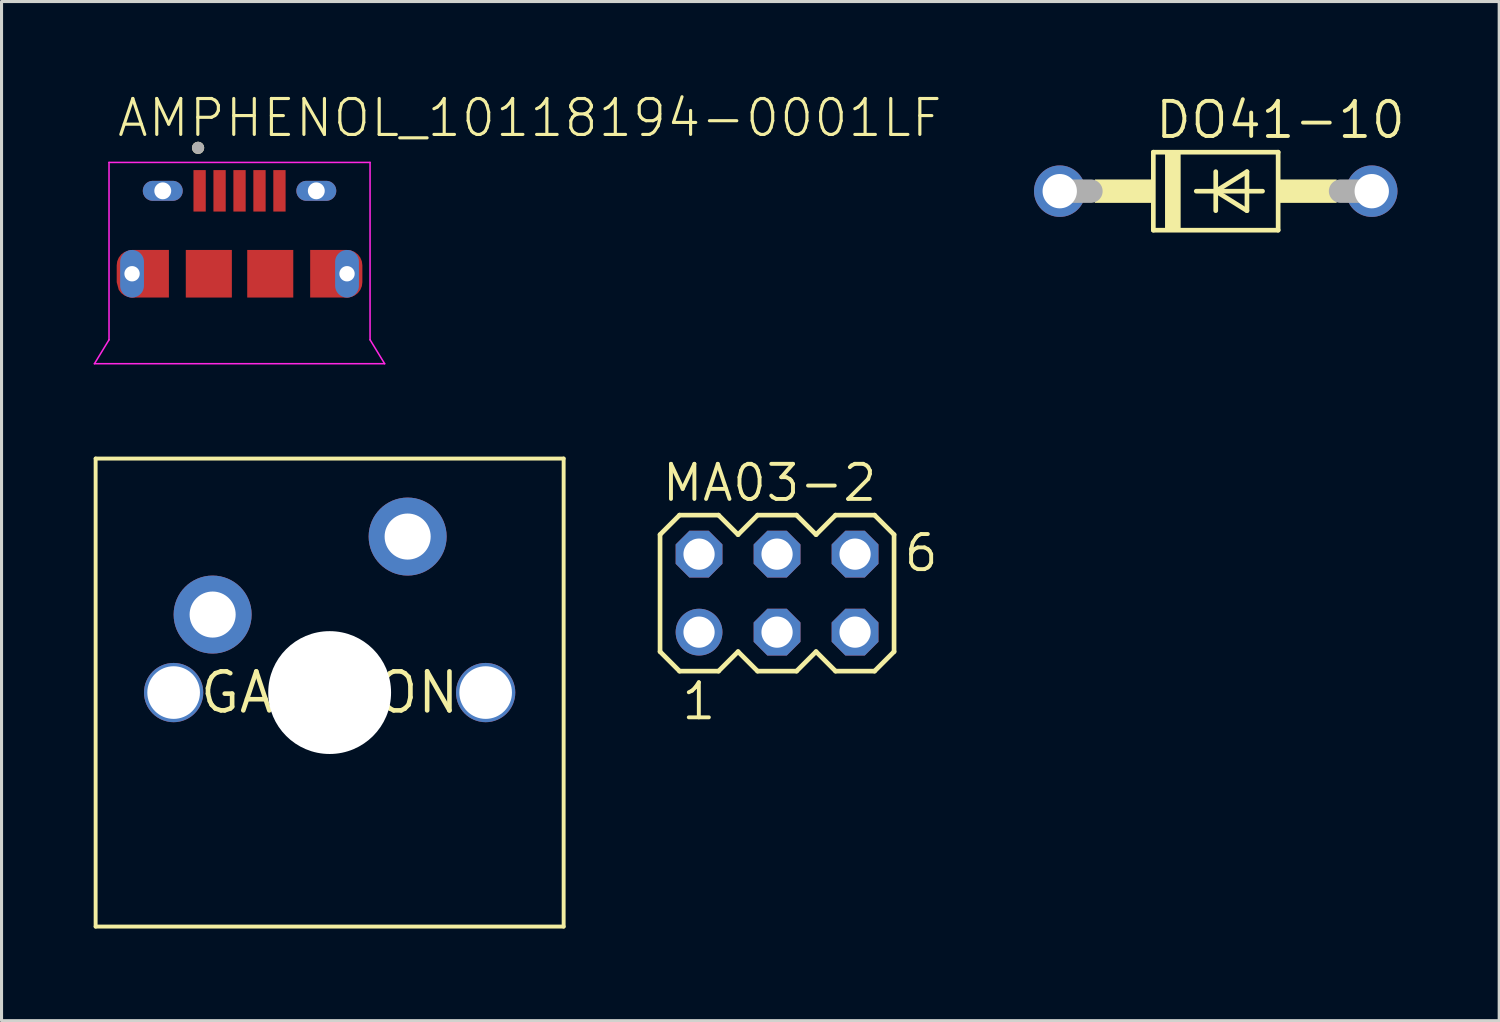
<source format=kicad_pcb>
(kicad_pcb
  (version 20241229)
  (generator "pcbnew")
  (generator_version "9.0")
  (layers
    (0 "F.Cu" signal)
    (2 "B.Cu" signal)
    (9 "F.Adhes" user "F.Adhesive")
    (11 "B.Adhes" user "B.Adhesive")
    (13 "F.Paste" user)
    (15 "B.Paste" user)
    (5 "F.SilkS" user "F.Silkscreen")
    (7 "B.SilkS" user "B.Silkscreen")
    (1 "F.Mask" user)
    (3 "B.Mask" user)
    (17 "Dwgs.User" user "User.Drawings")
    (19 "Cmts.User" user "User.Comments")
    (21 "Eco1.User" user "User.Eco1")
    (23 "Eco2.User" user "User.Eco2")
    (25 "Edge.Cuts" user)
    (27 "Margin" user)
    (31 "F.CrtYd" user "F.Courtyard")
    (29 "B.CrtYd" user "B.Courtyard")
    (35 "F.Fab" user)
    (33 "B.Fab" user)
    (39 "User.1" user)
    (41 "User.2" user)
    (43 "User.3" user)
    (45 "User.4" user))
  (footprint "GATERON"
    (layer "F.Cu")
    (at 7.684 19.502)
    (property "Reference" "GATERON" (at 0 0 0) (layer "F.SilkS") (effects (font (size 1.27 1.27) (thickness 0.15))))
    (fp_line (start -7.62 -7.62) (end 7.62 -7.62) (stroke (width 0.127) (type solid)) (layer "F.SilkS"))
    (fp_line (start -7.62 7.62) (end -7.62 -7.62) (stroke (width 0.127) (type solid)) (layer "F.SilkS"))
    (fp_line (start 7.62 -7.62) (end 7.62 7.62) (stroke (width 0.127) (type solid)) (layer "F.SilkS"))
    (fp_line (start 7.62 7.62) (end -7.62 7.62) (stroke (width 0.127) (type solid)) (layer "F.SilkS"))
    (pad "" np_thru_hole circle (at 0 0) (size 4 4) (drill 4) (layers "*.Cu" "*.Mask"))
    (pad "P$3" thru_hole circle (at -5.08 0) (size 1.93 1.93) (drill 1.714) (layers "*.Cu" "*.Mask"))
    (pad "P$4" thru_hole circle (at 5.08 0) (size 1.93 1.93) (drill 1.714) (layers "*.Cu" "*.Mask"))
    (pad "SW1" thru_hole circle (at -3.81 -2.54) (size 2.54 2.54) (drill 1.5) (layers "*.Cu" "*.Mask"))
    (pad "SW2" thru_hole circle (at 2.54 -5.08) (size 2.54 2.54) (drill 1.5) (layers "*.Cu" "*.Mask")))
  (footprint "MA03-2"
    (layer "F.Cu")
    (at 22.253 16.264)
    (property "Reference" "MA03-2" (at -3.81 -2.921 0) (layer "F.SilkS") (effects (font (size 1.143 1.143) (thickness 0.127)) (justify left bottom)))
    (fp_line (start -3.81 -1.905) (end -3.81 1.905) (stroke (width 0.152) (type solid)) (layer "F.SilkS"))
    (fp_line (start -3.81 1.905) (end -3.175 2.54) (stroke (width 0.152) (type solid)) (layer "F.SilkS"))
    (fp_line (start -3.175 -2.54) (end -3.81 -1.905) (stroke (width 0.152) (type solid)) (layer "F.SilkS"))
    (fp_line (start -3.175 -2.54) (end -1.905 -2.54) (stroke (width 0.152) (type solid)) (layer "F.SilkS"))
    (fp_line (start -1.905 -2.54) (end -1.27 -1.905) (stroke (width 0.152) (type solid)) (layer "F.SilkS"))
    (fp_line (start -1.905 2.54) (end -3.175 2.54) (stroke (width 0.152) (type solid)) (layer "F.SilkS"))
    (fp_line (start -1.27 -1.905) (end -0.635 -2.54) (stroke (width 0.152) (type solid)) (layer "F.SilkS"))
    (fp_line (start -1.27 1.905) (end -1.905 2.54) (stroke (width 0.152) (type solid)) (layer "F.SilkS"))
    (fp_line (start -0.635 -2.54) (end 0.635 -2.54) (stroke (width 0.152) (type solid)) (layer "F.SilkS"))
    (fp_line (start -0.635 2.54) (end -1.27 1.905) (stroke (width 0.152) (type solid)) (layer "F.SilkS"))
    (fp_line (start 0.635 -2.54) (end 1.27 -1.905) (stroke (width 0.152) (type solid)) (layer "F.SilkS"))
    (fp_line (start 0.635 2.54) (end -0.635 2.54) (stroke (width 0.152) (type solid)) (layer "F.SilkS"))
    (fp_line (start 1.27 -1.905) (end 1.905 -2.54) (stroke (width 0.152) (type solid)) (layer "F.SilkS"))
    (fp_line (start 1.27 1.905) (end 0.635 2.54) (stroke (width 0.152) (type solid)) (layer "F.SilkS"))
    (fp_line (start 1.905 -2.54) (end 3.175 -2.54) (stroke (width 0.152) (type solid)) (layer "F.SilkS"))
    (fp_line (start 1.905 2.54) (end 1.27 1.905) (stroke (width 0.152) (type solid)) (layer "F.SilkS"))
    (fp_line (start 3.175 -2.54) (end 3.81 -1.905) (stroke (width 0.152) (type solid)) (layer "F.SilkS"))
    (fp_line (start 3.175 2.54) (end 1.905 2.54) (stroke (width 0.152) (type solid)) (layer "F.SilkS"))
    (fp_line (start 3.81 -1.905) (end 3.81 1.905) (stroke (width 0.152) (type solid)) (layer "F.SilkS"))
    (fp_line (start 3.81 1.905) (end 3.175 2.54) (stroke (width 0.152) (type solid)) (layer "F.SilkS"))
    (fp_poly (pts (xy -2.794 -1.016) (xy -2.286 -1.016) (xy -2.286 -1.524) (xy -2.794 -1.524)) (stroke (width 0.1) (type default)) (fill no) (layer "F.Fab"))
    (fp_poly (pts (xy -2.794 1.524) (xy -2.286 1.524) (xy -2.286 1.016) (xy -2.794 1.016)) (stroke (width 0.1) (type default)) (fill no) (layer "F.Fab"))
    (fp_poly (pts (xy -0.254 -1.016) (xy 0.254 -1.016) (xy 0.254 -1.524) (xy -0.254 -1.524)) (stroke (width 0.1) (type default)) (fill no) (layer "F.Fab"))
    (fp_poly (pts (xy -0.254 1.524) (xy 0.254 1.524) (xy 0.254 1.016) (xy -0.254 1.016)) (stroke (width 0.1) (type default)) (fill no) (layer "F.Fab"))
    (fp_poly (pts (xy 2.286 -1.016) (xy 2.794 -1.016) (xy 2.794 -1.524) (xy 2.286 -1.524)) (stroke (width 0.1) (type default)) (fill no) (layer "F.Fab"))
    (fp_poly (pts (xy 2.286 1.524) (xy 2.794 1.524) (xy 2.794 1.016) (xy 2.286 1.016)) (stroke (width 0.1) (type default)) (fill no) (layer "F.Fab"))
    (fp_text user "6" (at 4.064 -0.635 0) (layer "F.SilkS") (effects (font (size 1.143 1.143) (thickness 0.127)) (justify left bottom)))
    (fp_text user "1" (at -3.175 4.191 0) (layer "F.SilkS") (effects (font (size 1.143 1.143) (thickness 0.127)) (justify left bottom)))
    (pad "1" thru_hole circle (at -2.54 1.27) (size 1.524 1.524) (drill 1.016) (layers "*.Cu" "*.Mask"))
    (pad "2" thru_hole roundrect (at -2.54 -1.27) (size 1.524 1.524) (drill 1.016) (layers "*.Cu" "*.Mask") (roundrect_rratio 0.25) (chamfer_ratio 0.293) (chamfer top_left top_right bottom_left bottom_right))
    (pad "3" thru_hole roundrect (at 0 1.27) (size 1.524 1.524) (drill 1.016) (layers "*.Cu" "*.Mask") (roundrect_rratio 0.25) (chamfer_ratio 0.293) (chamfer top_left top_right bottom_left bottom_right))
    (pad "4" thru_hole roundrect (at 0 -1.27) (size 1.524 1.524) (drill 1.016) (layers "*.Cu" "*.Mask") (roundrect_rratio 0.25) (chamfer_ratio 0.293) (chamfer top_left top_right bottom_left bottom_right))
    (pad "5" thru_hole roundrect (at 2.54 1.27) (size 1.524 1.524) (drill 1.016) (layers "*.Cu" "*.Mask") (roundrect_rratio 0.25) (chamfer_ratio 0.293) (chamfer top_left top_right bottom_left bottom_right))
    (pad "6" thru_hole roundrect (at 2.54 -1.27) (size 1.524 1.524) (drill 1.016) (layers "*.Cu" "*.Mask") (roundrect_rratio 0.25) (chamfer_ratio 0.293) (chamfer top_left top_right bottom_left bottom_right)))
  (footprint "AMPHENOL_10118194-0001LF"
    (layer "F.Cu")
    (at 4.75 5.864)
    (property "Reference" "AMPHENOL_10118194-0001LF" (at -4.044 -4.389 0) (layer "F.SilkS") (effects (font (size 1.17 1.17) (thickness 0.102)) (justify left bottom)))
    (fp_line (start -3.5 -0.77) (end -3.5 -0.6) (stroke (width 0.0001) (type solid)) (layer "F.Cu"))
    (fp_line (start 3.5 0.77) (end 3.5 0.6) (stroke (width 0.0001) (type solid)) (layer "F.Cu"))
    (fp_poly (pts (xy -2.3 0.775) (xy -3.5 0.775) (xy -3.5 0.575) (xy -3.323 0.502) (xy -3.269 0.421) (xy -3.25 0.325) (xy -3.25 -0.325) (xy -3.323 -0.502) (xy -3.404 -0.556) (xy -3.5 -0.575) (xy -3.5 -0.775) (xy -2.3 -0.775)) (stroke (width 0) (type default)) (fill yes) (layer "F.Cu"))
    (fp_poly (pts (xy 3.5 -0.575) (xy 3.323 -0.502) (xy 3.269 -0.421) (xy 3.25 -0.325) (xy 3.25 0.325) (xy 3.323 0.502) (xy 3.404 0.556) (xy 3.5 0.575) (xy 3.5 0.775) (xy 2.3 0.775) (xy 2.3 -0.775) (xy 3.5 -0.775)) (stroke (width 0) (type default)) (fill yes) (layer "F.Cu"))
    (fp_poly (pts (xy -3.5 -0.575) (xy -3.596 -0.556) (xy -3.677 -0.502) (xy -3.75 -0.325) (xy -3.75 0.325) (xy -3.731 0.421) (xy -3.677 0.502) (xy -3.5 0.575) (xy -3.5 0.775) (xy -3.629 0.758) (xy -3.75 0.708) (xy -3.854 0.629) (xy -3.933 0.525) (xy -4 0.275) (xy -4 -0.275) (xy -3.983 -0.404) (xy -3.933 -0.525) (xy -3.854 -0.629) (xy -3.75 -0.708) (xy -3.5 -0.775)) (stroke (width 0) (type default)) (fill yes) (layer "F.Cu"))
    (fp_poly (pts (xy 3.629 -0.758) (xy 3.75 -0.708) (xy 3.854 -0.629) (xy 3.933 -0.525) (xy 3.983 -0.404) (xy 4 -0.275) (xy 4 0.275) (xy 3.983 0.404) (xy 3.933 0.525) (xy 3.854 0.629) (xy 3.75 0.708) (xy 3.629 0.758) (xy 3.5 0.775) (xy 3.5 0.575) (xy 3.596 0.556) (xy 3.677 0.502) (xy 3.75 0.325) (xy 3.75 -0.325) (xy 3.731 -0.421) (xy 3.677 -0.502) (xy 3.5 -0.575) (xy 3.5 -0.775)) (stroke (width 0) (type default)) (fill yes) (layer "F.Cu"))
    (fp_poly (pts (xy -2.2 0.875) (xy -3.6 0.875) (xy -3.729 0.858) (xy -3.85 0.808) (xy -3.954 0.729) (xy -4.033 0.625) (xy -4.1 0.375) (xy -4.1 -0.375) (xy -4.083 -0.504) (xy -4.033 -0.625) (xy -3.954 -0.729) (xy -3.85 -0.808) (xy -3.6 -0.875) (xy -2.2 -0.875)) (stroke (width 0) (type default)) (fill yes) (layer "F.Mask"))
    (fp_poly (pts (xy 3.729 -0.858) (xy 3.85 -0.808) (xy 3.954 -0.729) (xy 4.033 -0.625) (xy 4.083 -0.504) (xy 4.1 -0.375) (xy 4.1 0.375) (xy 4.083 0.504) (xy 4.033 0.625) (xy 3.954 0.729) (xy 3.85 0.808) (xy 3.729 0.858) (xy 3.6 0.875) (xy 2.2 0.875) (xy 2.2 -0.875) (xy 3.6 -0.875)) (stroke (width 0) (type default)) (fill yes) (layer "F.Mask"))
    (fp_circle (center -1.35 -4.1) (end -1.25 -4.1) (stroke (width 0.2) (type solid)) (fill no) (layer "F.SilkS"))
    (fp_line (start -3.5 -0.77) (end -3.5 -0.6) (stroke (width 0.0001) (type solid)) (layer "F.Paste"))
    (fp_line (start 3.5 0.77) (end 3.5 0.6) (stroke (width 0.0001) (type solid)) (layer "F.Paste"))
    (fp_poly (pts (xy -2.3 0.775) (xy -3.5 0.775) (xy -3.5 0.575) (xy -3.323 0.502) (xy -3.269 0.421) (xy -3.25 0.325) (xy -3.25 -0.325) (xy -3.323 -0.502) (xy -3.404 -0.556) (xy -3.5 -0.575) (xy -3.5 -0.775) (xy -2.3 -0.775)) (stroke (width 0) (type default)) (fill yes) (layer "F.Paste"))
    (fp_poly (pts (xy 3.5 -0.575) (xy 3.323 -0.502) (xy 3.269 -0.421) (xy 3.25 -0.325) (xy 3.25 0.325) (xy 3.323 0.502) (xy 3.404 0.556) (xy 3.5 0.575) (xy 3.5 0.775) (xy 2.3 0.775) (xy 2.3 -0.775) (xy 3.5 -0.775)) (stroke (width 0) (type default)) (fill yes) (layer "F.Paste"))
    (fp_poly (pts (xy -3.5 -0.575) (xy -3.596 -0.556) (xy -3.677 -0.502) (xy -3.75 -0.325) (xy -3.75 0.325) (xy -3.731 0.421) (xy -3.677 0.502) (xy -3.5 0.575) (xy -3.5 0.775) (xy -3.629 0.758) (xy -3.75 0.708) (xy -3.854 0.629) (xy -3.933 0.525) (xy -4 0.275) (xy -4 -0.275) (xy -3.983 -0.404) (xy -3.933 -0.525) (xy -3.854 -0.629) (xy -3.75 -0.708) (xy -3.5 -0.775)) (stroke (width 0) (type default)) (fill yes) (layer "F.Paste"))
    (fp_poly (pts (xy 3.629 -0.758) (xy 3.75 -0.708) (xy 3.854 -0.629) (xy 3.933 -0.525) (xy 3.983 -0.404) (xy 4 -0.275) (xy 4 0.275) (xy 3.983 0.404) (xy 3.933 0.525) (xy 3.854 0.629) (xy 3.75 0.708) (xy 3.629 0.758) (xy 3.5 0.775) (xy 3.5 0.575) (xy 3.596 0.556) (xy 3.677 0.502) (xy 3.75 0.325) (xy 3.75 -0.325) (xy 3.731 -0.421) (xy 3.677 -0.502) (xy 3.5 -0.575) (xy 3.5 -0.775)) (stroke (width 0) (type default)) (fill yes) (layer "F.Paste"))
    (fp_line (start -4.725 2.93) (end -4.25 2.15) (stroke (width 0.05) (type solid)) (layer "F.CrtYd"))
    (fp_line (start -4.25 -3.625) (end 4.25 -3.625) (stroke (width 0.05) (type solid)) (layer "F.CrtYd"))
    (fp_line (start -4.25 2.15) (end -4.25 -3.625) (stroke (width 0.05) (type solid)) (layer "F.CrtYd"))
    (fp_line (start 4.25 2.15) (end 4.25 -3.625) (stroke (width 0.05) (type solid)) (layer "F.CrtYd"))
    (fp_line (start 4.725 2.93) (end -4.725 2.93) (stroke (width 0.05) (type solid)) (layer "F.CrtYd"))
    (fp_line (start 4.725 2.93) (end 4.25 2.15) (stroke (width 0.05) (type solid)) (layer "F.CrtYd"))
    (fp_circle (center -1.35 -4.1) (end -1.25 -4.1) (stroke (width 0.2) (type solid)) (fill no) (layer "F.Fab"))
    (pad "1" smd rect (at -1.3 -2.7) (size 0.4 1.35) (layers "F.Cu" "F.Mask" "F.Paste"))
    (pad "2" smd rect (at -0.65 -2.7) (size 0.4 1.35) (layers "F.Cu" "F.Mask" "F.Paste"))
    (pad "3" smd rect (at 0 -2.7) (size 0.4 1.35) (layers "F.Cu" "F.Mask" "F.Paste"))
    (pad "4" smd rect (at 0.65 -2.7) (size 0.4 1.35) (layers "F.Cu" "F.Mask" "F.Paste"))
    (pad "5" smd rect (at 1.3 -2.7) (size 0.4 1.35) (layers "F.Cu" "F.Mask" "F.Paste"))
    (pad "S1" thru_hole oval (at -2.5 -2.7) (size 1.3 0.65) (drill 0.55) (layers "*.Cu" "*.Mask"))
    (pad "S2" thru_hole oval (at 2.5 -2.7) (size 1.3 0.65) (drill 0.55) (layers "*.Cu" "*.Mask"))
    (pad "S3" thru_hole oval (at -3.5 0 90) (size 1.55 0.775) (drill 0.5) (layers "*.Cu" "*.Mask"))
    (pad "S4" smd rect (at -1 0) (size 1.5 1.55) (layers "F.Cu" "F.Mask" "F.Paste"))
    (pad "S5" smd rect (at 1 0) (size 1.5 1.55) (layers "F.Cu" "F.Mask" "F.Paste"))
    (pad "S6" thru_hole oval (at 3.5 0 270) (size 1.55 0.775) (drill 0.5) (layers "*.Cu" "*.Mask")))
  (footprint "DO41-10"
    (layer "F.Cu")
    (at 36.538 3.175)
    (property "Reference" "DO41-10" (at -2.032 -1.651 0) (layer "F.SilkS") (effects (font (size 1.143 1.143) (thickness 0.127)) (justify left bottom)))
    (fp_line (start -2.032 -1.27) (end -2.032 1.27) (stroke (width 0.152) (type solid)) (layer "F.SilkS"))
    (fp_line (start -2.032 -1.27) (end 2.032 -1.27) (stroke (width 0.152) (type solid)) (layer "F.SilkS"))
    (fp_line (start -0.635 0) (end 0 0) (stroke (width 0.152) (type solid)) (layer "F.SilkS"))
    (fp_line (start 0 -0.635) (end 0 0) (stroke (width 0.152) (type solid)) (layer "F.SilkS"))
    (fp_line (start 0 0) (end 0 0.635) (stroke (width 0.152) (type solid)) (layer "F.SilkS"))
    (fp_line (start 0 0) (end 1.016 -0.635) (stroke (width 0.152) (type solid)) (layer "F.SilkS"))
    (fp_line (start 0 0) (end 1.524 0) (stroke (width 0.152) (type solid)) (layer "F.SilkS"))
    (fp_line (start 1.016 -0.635) (end 1.016 0.635) (stroke (width 0.152) (type solid)) (layer "F.SilkS"))
    (fp_line (start 1.016 0.635) (end 0 0) (stroke (width 0.152) (type solid)) (layer "F.SilkS"))
    (fp_line (start 2.032 1.27) (end -2.032 1.27) (stroke (width 0.152) (type solid)) (layer "F.SilkS"))
    (fp_line (start 2.032 1.27) (end 2.032 -1.27) (stroke (width 0.152) (type solid)) (layer "F.SilkS"))
    (fp_poly (pts (xy -3.937 0.381) (xy -2.032 0.381) (xy -2.032 -0.381) (xy -3.937 -0.381)) (stroke (width 0) (type default)) (fill yes) (layer "F.SilkS"))
    (fp_poly (pts (xy -1.651 1.27) (xy -1.143 1.27) (xy -1.143 -1.27) (xy -1.651 -1.27)) (stroke (width 0) (type default)) (fill yes) (layer "F.SilkS"))
    (fp_poly (pts (xy 2.032 0.381) (xy 3.937 0.381) (xy 3.937 -0.381) (xy 2.032 -0.381)) (stroke (width 0) (type default)) (fill yes) (layer "F.SilkS"))
    (fp_line (start -5.08 0) (end -4.064 0) (stroke (width 0.762) (type solid)) (layer "F.Fab"))
    (fp_line (start 5.08 0) (end 4.064 0) (stroke (width 0.762) (type solid)) (layer "F.Fab"))
    (pad "A" thru_hole circle (at 5.08 0) (size 1.676 1.676) (drill 1.118) (layers "*.Cu" "*.Mask"))
    (pad "C" thru_hole circle (at -5.08 0) (size 1.676 1.676) (drill 1.118) (layers "*.Cu" "*.Mask")))
  (gr_rect
    (start -3 -3)
    (end 45.768 30.186)
    (stroke (width 0.1) (type default))
    (fill no)
    (layer "Edge.Cuts")))
</source>
